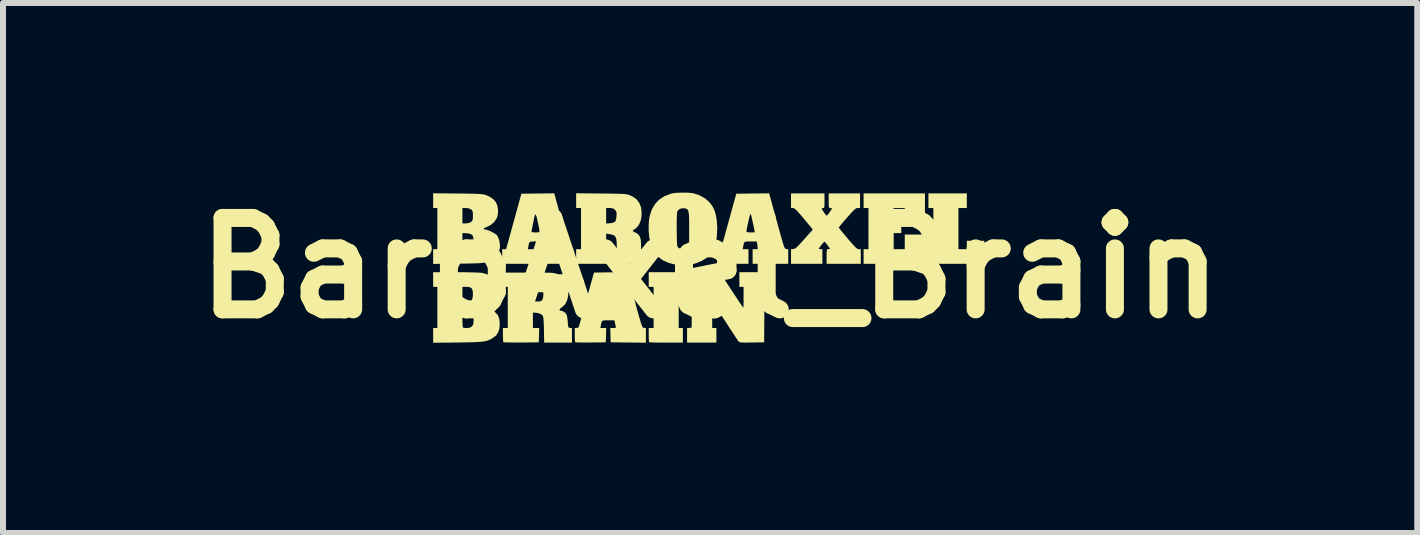
<source format=kicad_pcb>
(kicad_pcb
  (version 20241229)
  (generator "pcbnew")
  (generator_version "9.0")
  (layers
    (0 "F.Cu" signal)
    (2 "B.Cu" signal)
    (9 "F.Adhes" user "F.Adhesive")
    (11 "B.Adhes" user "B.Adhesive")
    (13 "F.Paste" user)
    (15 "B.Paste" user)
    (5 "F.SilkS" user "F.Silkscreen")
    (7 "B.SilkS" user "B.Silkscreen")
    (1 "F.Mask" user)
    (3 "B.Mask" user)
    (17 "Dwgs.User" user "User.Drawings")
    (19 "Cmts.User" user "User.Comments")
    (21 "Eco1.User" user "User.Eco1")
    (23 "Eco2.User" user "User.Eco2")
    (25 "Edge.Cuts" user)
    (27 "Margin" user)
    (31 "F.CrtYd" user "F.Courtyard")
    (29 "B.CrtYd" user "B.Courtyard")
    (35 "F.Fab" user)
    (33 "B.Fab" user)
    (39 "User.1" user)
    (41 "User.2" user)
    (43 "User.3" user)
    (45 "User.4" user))
  (footprint "BaroAxel_Brain"
    (layer "F.Cu")
    (at 8.788 1.418)
    (property "Reference" "BaroAxel_Brain" (at 0 0 0) (layer "F.SilkS") (effects (font (size 1.524 1.524) (thickness 0.3))))
    (attr board_only exclude_from_pos_files exclude_from_bom)
    (fp_poly (pts (xy 4.28 -1) (xy 4.14 -1) (xy 4.14 -0.314) (xy 4.28 -0.314) (xy 4.28 -0.454) (xy 4.571 -0.454) (xy 4.571 -0.07) (xy 3.64 -0.07) (xy 3.64 -0.314) (xy 3.722 -0.314) (xy 3.722 -1) (xy 3.64 -1) (xy 3.64 -1.244) (xy 4.28 -1.244)) (stroke (width 0) (type solid)) (fill yes) (layer "F.SilkS"))
    (fp_poly (pts (xy 3.582 -0.791) (xy 3.245 -0.791) (xy 3.245 -1) (xy 3.059 -1) (xy 3.059 -0.756) (xy 3.187 -0.756) (xy 3.187 -0.582) (xy 3.059 -0.582) (xy 3.059 -0.314) (xy 3.245 -0.314) (xy 3.245 -0.558) (xy 3.582 -0.558) (xy 3.582 -0.07) (xy 2.559 -0.07) (xy 2.559 -0.314) (xy 2.64 -0.314) (xy 2.64 -1) (xy 2.559 -1) (xy 2.559 -1.244) (xy 3.582 -1.244)) (stroke (width 0) (type solid)) (fill yes) (layer "F.SilkS"))
    (fp_poly (pts (xy -0.454 0.314) (xy -0.523 0.314) (xy -0.523 1) (xy -0.454 1) (xy -0.454 1.244) (xy -0.731 1.244) (xy -0.809 1.244) (xy -0.879 1.243) (xy -0.938 1.242) (xy -0.983 1.24) (xy -1.009 1.238) (xy -1.016 1.237) (xy -1.019 1.222) (xy -1.022 1.19) (xy -1.023 1.146) (xy -1.023 1.115) (xy -1.023 1) (xy -0.942 1) (xy -0.942 0.314) (xy -1.023 0.314) (xy -1.023 0.07) (xy -0.454 0.07)) (stroke (width 0) (type solid)) (fill yes) (layer "F.SilkS"))
    (fp_poly (pts (xy 0.355 0.366) (xy 0.403 0.44) (xy 0.448 0.507) (xy 0.486 0.565) (xy 0.518 0.612) (xy 0.54 0.645) (xy 0.552 0.661) (xy 0.554 0.663) (xy 0.555 0.652) (xy 0.557 0.622) (xy 0.558 0.576) (xy 0.558 0.52) (xy 0.558 0.488) (xy 0.558 0.314) (xy 0.488 0.314) (xy 0.488 0.07) (xy 0.977 0.07) (xy 0.977 0.314) (xy 0.907 0.314) (xy 0.901 1.239) (xy 0.697 1.242) (xy 0.623 1.243) (xy 0.568 1.243) (xy 0.53 1.242) (xy 0.504 1.239) (xy 0.488 1.234) (xy 0.478 1.228) (xy 0.475 1.224) (xy 0.464 1.21) (xy 0.443 1.178) (xy 0.412 1.132) (xy 0.374 1.074) (xy 0.33 1.007) (xy 0.282 0.933) (xy 0.262 0.901) (xy 0.213 0.826) (xy 0.167 0.756) (xy 0.127 0.694) (xy 0.094 0.644) (xy 0.069 0.607) (xy 0.054 0.585) (xy 0.051 0.582) (xy 0.045 0.579) (xy 0.041 0.585) (xy 0.038 0.603) (xy 0.036 0.636) (xy 0.035 0.685) (xy 0.035 0.755) (xy 0.035 0.783) (xy 0.035 1) (xy 0.105 1) (xy 0.105 1.244) (xy -0.384 1.244) (xy -0.384 1.002) (xy -0.346 0.998) (xy -0.308 0.994) (xy -0.305 0.654) (xy -0.302 0.314) (xy -0.384 0.314) (xy -0.384 0.07) (xy 0.16 0.07)) (stroke (width 0) (type solid)) (fill yes) (layer "F.SilkS"))
    (fp_poly (pts (xy -2.471 -0.782) (xy -2.439 -0.668) (xy -2.414 -0.575) (xy -2.392 -0.5) (xy -2.375 -0.441) (xy -2.362 -0.397) (xy -2.351 -0.364) (xy -2.342 -0.342) (xy -2.334 -0.329) (xy -2.327 -0.321) (xy -2.32 -0.318) (xy -2.312 -0.316) (xy -2.311 -0.316) (xy -2.279 -0.312) (xy -2.279 -0.07) (xy -2.873 -0.07) (xy -2.873 -0.314) (xy -2.826 -0.314) (xy -2.797 -0.315) (xy -2.781 -0.318) (xy -2.78 -0.319) (xy -2.782 -0.333) (xy -2.788 -0.361) (xy -2.792 -0.383) (xy -2.805 -0.442) (xy -2.908 -0.442) (xy -2.958 -0.442) (xy -2.99 -0.439) (xy -3.009 -0.43) (xy -3.019 -0.412) (xy -3.026 -0.381) (xy -3.03 -0.358) (xy -3.038 -0.314) (xy -2.942 -0.314) (xy -2.942 -0.07) (xy -3.466 -0.07) (xy -3.466 -0.314) (xy -3.401 -0.314) (xy -3.321 -0.603) (xy -2.977 -0.603) (xy -2.967 -0.598) (xy -2.939 -0.594) (xy -2.906 -0.593) (xy -2.867 -0.594) (xy -2.847 -0.597) (xy -2.84 -0.604) (xy -2.841 -0.618) (xy -2.841 -0.619) (xy -2.846 -0.641) (xy -2.854 -0.68) (xy -2.865 -0.729) (xy -2.873 -0.77) (xy -2.887 -0.833) (xy -2.899 -0.873) (xy -2.909 -0.892) (xy -2.917 -0.891) (xy -2.925 -0.869) (xy -2.932 -0.839) (xy -2.94 -0.797) (xy -2.95 -0.748) (xy -2.96 -0.699) (xy -2.968 -0.655) (xy -2.975 -0.621) (xy -2.977 -0.604) (xy -2.977 -0.603) (xy -3.321 -0.603) (xy -3.146 -1.239) (xy -2.872 -1.242) (xy -2.598 -1.245)) (stroke (width 0) (type solid)) (fill yes) (layer "F.SilkS"))
    (fp_poly (pts (xy -1.817 -1.242) (xy -1.708 -1.241) (xy -1.619 -1.24) (xy -1.548 -1.238) (xy -1.492 -1.237) (xy -1.449 -1.235) (xy -1.416 -1.232) (xy -1.391 -1.228) (xy -1.37 -1.224) (xy -1.352 -1.218) (xy -1.333 -1.211) (xy -1.333 -1.211) (xy -1.287 -1.188) (xy -1.242 -1.158) (xy -1.22 -1.139) (xy -1.181 -1.085) (xy -1.154 -1.019) (xy -1.142 -0.947) (xy -1.142 -0.872) (xy -1.154 -0.8) (xy -1.179 -0.735) (xy -1.216 -0.681) (xy -1.258 -0.648) (xy -1.28 -0.633) (xy -1.291 -0.62) (xy -1.291 -0.62) (xy -1.281 -0.61) (xy -1.257 -0.597) (xy -1.245 -0.591) (xy -1.202 -0.566) (xy -1.174 -0.531) (xy -1.157 -0.481) (xy -1.151 -0.414) (xy -1.151 -0.404) (xy -1.151 -0.314) (xy -1.082 -0.314) (xy -1.082 -0.07) (xy -1.317 -0.07) (xy -1.553 -0.07) (xy -1.554 -0.278) (xy -1.555 -0.363) (xy -1.558 -0.429) (xy -1.563 -0.477) (xy -1.573 -0.511) (xy -1.587 -0.534) (xy -1.609 -0.548) (xy -1.638 -0.557) (xy -1.677 -0.564) (xy -1.678 -0.564) (xy -1.733 -0.573) (xy -1.733 -0.314) (xy -1.64 -0.314) (xy -1.64 -0.07) (xy -2.233 -0.07) (xy -2.233 -0.314) (xy -2.152 -0.314) (xy -2.152 -0.741) (xy -1.733 -0.741) (xy -1.668 -0.747) (xy -1.624 -0.754) (xy -1.592 -0.766) (xy -1.585 -0.771) (xy -1.571 -0.799) (xy -1.562 -0.847) (xy -1.561 -0.866) (xy -1.559 -0.908) (xy -1.562 -0.934) (xy -1.571 -0.953) (xy -1.586 -0.97) (xy -1.61 -0.99) (xy -1.639 -0.998) (xy -1.674 -1) (xy -1.733 -1) (xy -1.733 -0.741) (xy -2.152 -0.741) (xy -2.152 -1) (xy -2.233 -1) (xy -2.233 -1.246)) (stroke (width 0) (type solid)) (fill yes) (layer "F.SilkS"))
    (fp_poly (pts (xy -0.387 -1.256) (xy -0.324 -1.252) (xy -0.275 -1.245) (xy -0.274 -1.244) (xy -0.178 -1.213) (xy -0.09 -1.165) (xy -0.018 -1.104) (xy -0.014 -1.099) (xy 0.036 -1.035) (xy 0.073 -0.962) (xy 0.098 -0.877) (xy 0.113 -0.778) (xy 0.119 -0.661) (xy 0.119 -0.657) (xy 0.112 -0.525) (xy 0.092 -0.411) (xy 0.056 -0.313) (xy 0.005 -0.232) (xy -0.063 -0.166) (xy -0.147 -0.114) (xy -0.243 -0.077) (xy -0.297 -0.065) (xy -0.366 -0.057) (xy -0.44 -0.052) (xy -0.511 -0.052) (xy -0.571 -0.056) (xy -0.577 -0.057) (xy -0.687 -0.084) (xy -0.784 -0.127) (xy -0.865 -0.185) (xy -0.93 -0.256) (xy -0.949 -0.285) (xy -0.977 -0.349) (xy -0.999 -0.429) (xy -1.015 -0.521) (xy -1.024 -0.619) (xy -1.024 -0.716) (xy -1.024 -0.721) (xy -0.557 -0.721) (xy -0.556 -0.635) (xy -0.555 -0.548) (xy -0.554 -0.481) (xy -0.552 -0.431) (xy -0.55 -0.396) (xy -0.547 -0.372) (xy -0.542 -0.357) (xy -0.536 -0.347) (xy -0.529 -0.339) (xy -0.525 -0.336) (xy -0.485 -0.317) (xy -0.439 -0.315) (xy -0.396 -0.329) (xy -0.377 -0.343) (xy -0.349 -0.371) (xy -0.349 -0.654) (xy -0.349 -0.75) (xy -0.35 -0.825) (xy -0.352 -0.882) (xy -0.357 -0.924) (xy -0.364 -0.953) (xy -0.374 -0.972) (xy -0.388 -0.984) (xy -0.406 -0.991) (xy -0.425 -0.995) (xy -0.474 -0.996) (xy -0.515 -0.979) (xy -0.543 -0.949) (xy -0.546 -0.943) (xy -0.551 -0.919) (xy -0.554 -0.875) (xy -0.556 -0.809) (xy -0.557 -0.721) (xy -1.024 -0.721) (xy -1.017 -0.809) (xy -1.006 -0.87) (xy -0.971 -0.976) (xy -0.919 -1.065) (xy -0.851 -1.138) (xy -0.766 -1.195) (xy -0.665 -1.235) (xy -0.635 -1.244) (xy -0.588 -1.251) (xy -0.527 -1.255) (xy -0.457 -1.257)) (stroke (width 0) (type solid)) (fill yes) (layer "F.SilkS"))
    (fp_poly (pts (xy 1.112 -0.782) (xy 1.143 -0.668) (xy 1.169 -0.575) (xy 1.19 -0.5) (xy 1.207 -0.441) (xy 1.22 -0.397) (xy 1.231 -0.364) (xy 1.24 -0.342) (xy 1.248 -0.329) (xy 1.255 -0.321) (xy 1.262 -0.318) (xy 1.27 -0.316) (xy 1.271 -0.316) (xy 1.303 -0.312) (xy 1.303 -0.07) (xy 0.709 -0.07) (xy 0.709 -0.314) (xy 0.756 -0.314) (xy 0.785 -0.315) (xy 0.801 -0.318) (xy 0.802 -0.319) (xy 0.8 -0.333) (xy 0.795 -0.361) (xy 0.79 -0.383) (xy 0.777 -0.442) (xy 0.674 -0.442) (xy 0.624 -0.442) (xy 0.592 -0.439) (xy 0.573 -0.43) (xy 0.563 -0.412) (xy 0.556 -0.381) (xy 0.552 -0.358) (xy 0.544 -0.314) (xy 0.64 -0.314) (xy 0.64 -0.07) (xy 0.115 -0.07) (xy 0.119 -0.189) (xy 0.121 -0.243) (xy 0.124 -0.277) (xy 0.128 -0.297) (xy 0.135 -0.307) (xy 0.146 -0.311) (xy 0.153 -0.312) (xy 0.16 -0.313) (xy 0.167 -0.317) (xy 0.174 -0.326) (xy 0.182 -0.342) (xy 0.192 -0.366) (xy 0.203 -0.401) (xy 0.218 -0.449) (xy 0.236 -0.512) (xy 0.258 -0.591) (xy 0.263 -0.608) (xy 0.605 -0.608) (xy 0.614 -0.599) (xy 0.644 -0.594) (xy 0.675 -0.593) (xy 0.711 -0.594) (xy 0.737 -0.595) (xy 0.744 -0.597) (xy 0.742 -0.613) (xy 0.736 -0.646) (xy 0.727 -0.689) (xy 0.716 -0.739) (xy 0.705 -0.789) (xy 0.695 -0.835) (xy 0.687 -0.87) (xy 0.681 -0.891) (xy 0.68 -0.894) (xy 0.668 -0.893) (xy 0.667 -0.892) (xy 0.663 -0.879) (xy 0.655 -0.848) (xy 0.645 -0.806) (xy 0.634 -0.757) (xy 0.623 -0.707) (xy 0.614 -0.662) (xy 0.608 -0.627) (xy 0.605 -0.608) (xy 0.263 -0.608) (xy 0.285 -0.689) (xy 0.309 -0.777) (xy 0.437 -1.239) (xy 0.711 -1.242) (xy 0.984 -1.245)) (stroke (width 0) (type solid)) (fill yes) (layer "F.SilkS"))
    (fp_poly (pts (xy -3.03 0.076) (xy -2.92 0.076) (xy -2.83 0.076) (xy -2.759 0.077) (xy -2.703 0.078) (xy -2.66 0.079) (xy -2.627 0.082) (xy -2.602 0.085) (xy -2.582 0.089) (xy -2.565 0.095) (xy -2.547 0.102) (xy -2.547 0.102) (xy -2.476 0.139) (xy -2.423 0.188) (xy -2.387 0.251) (xy -2.368 0.329) (xy -2.364 0.372) (xy -2.366 0.466) (xy -2.385 0.545) (xy -2.42 0.609) (xy -2.472 0.656) (xy -2.474 0.657) (xy -2.5 0.678) (xy -2.511 0.696) (xy -2.506 0.708) (xy -2.495 0.709) (xy -2.458 0.719) (xy -2.421 0.742) (xy -2.399 0.766) (xy -2.385 0.802) (xy -2.376 0.861) (xy -2.373 0.896) (xy -2.37 0.943) (xy -2.366 0.973) (xy -2.36 0.989) (xy -2.35 0.995) (xy -2.335 0.998) (xy -2.303 1.002) (xy -2.303 1.244) (xy -2.766 1.244) (xy -2.77 1.032) (xy -2.772 0.95) (xy -2.775 0.889) (xy -2.778 0.845) (xy -2.783 0.815) (xy -2.79 0.797) (xy -2.791 0.794) (xy -2.818 0.77) (xy -2.861 0.753) (xy -2.911 0.745) (xy -2.922 0.744) (xy -2.954 0.744) (xy -2.954 1) (xy -2.849 1) (xy -2.852 1.119) (xy -2.855 1.239) (xy -3.147 1.242) (xy -3.227 1.242) (xy -3.299 1.242) (xy -3.36 1.241) (xy -3.408 1.24) (xy -3.437 1.239) (xy -3.446 1.237) (xy -3.45 1.223) (xy -3.452 1.19) (xy -3.454 1.146) (xy -3.454 1.115) (xy -3.454 1) (xy -3.373 1) (xy -3.373 0.315) (xy -3.388 0.314) (xy -2.954 0.314) (xy -2.954 0.558) (xy -2.885 0.558) (xy -2.844 0.557) (xy -2.819 0.551) (xy -2.803 0.539) (xy -2.798 0.532) (xy -2.786 0.502) (xy -2.78 0.459) (xy -2.781 0.413) (xy -2.787 0.372) (xy -2.793 0.357) (xy -2.808 0.334) (xy -2.827 0.321) (xy -2.858 0.315) (xy -2.893 0.314) (xy -2.954 0.314) (xy -3.388 0.314) (xy -3.411 0.312) (xy -3.448 0.308) (xy -3.448 0.076)) (stroke (width 0) (type solid)) (fill yes) (layer "F.SilkS"))
    (fp_poly (pts (xy -4.207 -1.242) (xy -4.096 -1.241) (xy -4.006 -1.239) (xy -3.933 -1.238) (xy -3.876 -1.236) (xy -3.833 -1.233) (xy -3.799 -1.23) (xy -3.773 -1.226) (xy -3.753 -1.221) (xy -3.739 -1.217) (xy -3.666 -1.184) (xy -3.61 -1.143) (xy -3.573 -1.1) (xy -3.55 -1.05) (xy -3.537 -0.988) (xy -3.535 -0.923) (xy -3.545 -0.862) (xy -3.557 -0.83) (xy -3.6 -0.766) (xy -3.658 -0.716) (xy -3.733 -0.679) (xy -3.76 -0.67) (xy -3.774 -0.659) (xy -3.77 -0.648) (xy -3.75 -0.64) (xy -3.741 -0.64) (xy -3.71 -0.633) (xy -3.669 -0.617) (xy -3.624 -0.594) (xy -3.583 -0.57) (xy -3.554 -0.547) (xy -3.55 -0.542) (xy -3.527 -0.499) (xy -3.511 -0.443) (xy -3.503 -0.382) (xy -3.504 -0.337) (xy -3.523 -0.26) (xy -3.56 -0.197) (xy -3.615 -0.15) (xy -3.644 -0.132) (xy -3.671 -0.117) (xy -3.699 -0.105) (xy -3.73 -0.096) (xy -3.767 -0.089) (xy -3.812 -0.083) (xy -3.868 -0.079) (xy -3.938 -0.077) (xy -4.025 -0.075) (xy -4.13 -0.073) (xy -4.201 -0.073) (xy -4.617 -0.068) (xy -4.617 -0.314) (xy -4.547 -0.314) (xy -4.547 -0.584) (xy -4.129 -0.584) (xy -4.129 -0.314) (xy -4.066 -0.314) (xy -4.018 -0.318) (xy -3.983 -0.331) (xy -3.973 -0.338) (xy -3.957 -0.353) (xy -3.948 -0.371) (xy -3.943 -0.398) (xy -3.943 -0.441) (xy -3.943 -0.441) (xy -3.946 -0.499) (xy -3.957 -0.538) (xy -3.979 -0.561) (xy -4.016 -0.574) (xy -4.057 -0.579) (xy -4.129 -0.584) (xy -4.547 -0.584) (xy -4.547 -0.744) (xy -4.129 -0.744) (xy -4.072 -0.744) (xy -4.021 -0.75) (xy -3.985 -0.768) (xy -3.968 -0.784) (xy -3.959 -0.801) (xy -3.955 -0.828) (xy -3.954 -0.871) (xy -3.954 -0.872) (xy -3.955 -0.916) (xy -3.959 -0.943) (xy -3.968 -0.961) (xy -3.984 -0.976) (xy -3.985 -0.976) (xy -4.022 -0.995) (xy -4.072 -1) (xy -4.129 -1) (xy -4.129 -0.744) (xy -4.547 -0.744) (xy -4.547 -1) (xy -4.617 -1) (xy -4.617 -1.246)) (stroke (width 0) (type solid)) (fill yes) (layer "F.SilkS"))
    (fp_poly (pts (xy -1.32 0.317) (xy -1.281 0.457) (xy -1.248 0.576) (xy -1.221 0.677) (xy -1.198 0.759) (xy -1.179 0.827) (xy -1.163 0.88) (xy -1.151 0.92) (xy -1.141 0.95) (xy -1.132 0.971) (xy -1.126 0.985) (xy -1.12 0.992) (xy -1.114 0.996) (xy -1.108 0.997) (xy -1.101 0.998) (xy -1.101 0.998) (xy -1.07 1.002) (xy -1.07 1.245) (xy -1.364 1.242) (xy -1.657 1.239) (xy -1.661 1.119) (xy -1.664 1) (xy -1.617 1) (xy -1.588 0.999) (xy -1.571 0.996) (xy -1.57 0.995) (xy -1.572 0.982) (xy -1.578 0.953) (xy -1.583 0.931) (xy -1.595 0.872) (xy -1.698 0.872) (xy -1.749 0.872) (xy -1.781 0.875) (xy -1.799 0.884) (xy -1.81 0.902) (xy -1.817 0.933) (xy -1.821 0.957) (xy -1.829 1) (xy -1.732 1) (xy -1.735 1.119) (xy -1.739 1.239) (xy -1.989 1.242) (xy -2.064 1.242) (xy -2.13 1.242) (xy -2.185 1.241) (xy -2.224 1.24) (xy -2.246 1.238) (xy -2.248 1.237) (xy -2.252 1.223) (xy -2.254 1.19) (xy -2.256 1.146) (xy -2.256 1.115) (xy -2.256 1) (xy -2.227 1) (xy -2.2 0.993) (xy -2.189 0.98) (xy -2.184 0.964) (xy -2.174 0.929) (xy -2.159 0.876) (xy -2.14 0.809) (xy -2.117 0.729) (xy -2.109 0.699) (xy -1.768 0.699) (xy -1.757 0.704) (xy -1.73 0.708) (xy -1.697 0.709) (xy -1.658 0.709) (xy -1.637 0.706) (xy -1.63 0.699) (xy -1.631 0.685) (xy -1.632 0.683) (xy -1.637 0.661) (xy -1.645 0.623) (xy -1.655 0.573) (xy -1.664 0.532) (xy -1.675 0.482) (xy -1.686 0.441) (xy -1.694 0.415) (xy -1.699 0.407) (xy -1.706 0.417) (xy -1.715 0.444) (xy -1.721 0.474) (xy -1.732 0.524) (xy -1.744 0.581) (xy -1.751 0.614) (xy -1.76 0.654) (xy -1.766 0.684) (xy -1.768 0.699) (xy -2.109 0.699) (xy -2.092 0.64) (xy -2.066 0.543) (xy -2.059 0.518) (xy -1.936 0.076) (xy -1.662 0.072) (xy -1.388 0.069)) (stroke (width 0) (type solid)) (fill yes) (layer "F.SilkS"))
    (fp_poly (pts (xy -4.144 0.07) (xy -4.051 0.071) (xy -3.967 0.073) (xy -3.896 0.075) (xy -3.841 0.078) (xy -3.804 0.081) (xy -3.798 0.082) (xy -3.716 0.105) (xy -3.645 0.142) (xy -3.59 0.19) (xy -3.577 0.207) (xy -3.55 0.262) (xy -3.537 0.329) (xy -3.536 0.4) (xy -3.55 0.466) (xy -3.553 0.471) (xy -3.581 0.521) (xy -3.626 0.569) (xy -3.678 0.608) (xy -3.73 0.631) (xy -3.76 0.641) (xy -3.778 0.65) (xy -3.78 0.653) (xy -3.77 0.66) (xy -3.743 0.671) (xy -3.713 0.681) (xy -3.635 0.708) (xy -3.578 0.742) (xy -3.539 0.785) (xy -3.517 0.84) (xy -3.507 0.909) (xy -3.507 0.93) (xy -3.513 1.011) (xy -3.534 1.075) (xy -3.57 1.126) (xy -3.615 1.161) (xy -3.645 1.18) (xy -3.674 1.195) (xy -3.703 1.208) (xy -3.736 1.217) (xy -3.775 1.225) (xy -3.823 1.23) (xy -3.882 1.234) (xy -3.956 1.237) (xy -4.047 1.239) (xy -4.157 1.241) (xy -4.207 1.242) (xy -4.617 1.246) (xy -4.617 1) (xy -4.547 1) (xy -4.547 0.859) (xy -4.129 0.859) (xy -4.128 0.911) (xy -4.126 0.954) (xy -4.123 0.983) (xy -4.121 0.992) (xy -4.106 0.997) (xy -4.075 1) (xy -4.056 1) (xy -4.016 0.997) (xy -3.987 0.985) (xy -3.971 0.972) (xy -3.955 0.952) (xy -3.947 0.93) (xy -3.943 0.897) (xy -3.943 0.866) (xy -3.944 0.822) (xy -3.949 0.794) (xy -3.96 0.774) (xy -3.971 0.761) (xy -3.993 0.744) (xy -4.02 0.735) (xy -4.06 0.733) (xy -4.064 0.733) (xy -4.129 0.733) (xy -4.129 0.859) (xy -4.547 0.859) (xy -4.547 0.558) (xy -4.129 0.558) (xy -4.06 0.558) (xy -4.018 0.557) (xy -3.994 0.551) (xy -3.978 0.539) (xy -3.972 0.532) (xy -3.96 0.499) (xy -3.954 0.447) (xy -3.954 0.434) (xy -3.958 0.379) (xy -3.971 0.343) (xy -3.997 0.323) (xy -4.039 0.315) (xy -4.065 0.314) (xy -4.129 0.314) (xy -4.129 0.558) (xy -4.547 0.558) (xy -4.547 0.314) (xy -4.617 0.314) (xy -4.617 0.07) (xy -4.243 0.07)) (stroke (width 0) (type solid)) (fill yes) (layer "F.SilkS"))
    (fp_poly (pts (xy 1.907 -1.122) (xy 1.907 -1.068) (xy 1.906 -1.032) (xy 1.902 -1.012) (xy 1.896 -1.003) (xy 1.887 -1) (xy 1.884 -1) (xy 1.865 -0.997) (xy 1.861 -0.992) (xy 1.867 -0.977) (xy 1.882 -0.951) (xy 1.902 -0.921) (xy 1.922 -0.894) (xy 1.938 -0.876) (xy 1.943 -0.872) (xy 1.954 -0.881) (xy 1.974 -0.904) (xy 1.994 -0.933) (xy 2.036 -0.994) (xy 2.006 -0.998) (xy 1.993 -1) (xy 1.985 -1.006) (xy 1.98 -1.02) (xy 1.978 -1.047) (xy 1.977 -1.089) (xy 1.977 -1.123) (xy 1.977 -1.244) (xy 2.5 -1.244) (xy 2.5 -1) (xy 2.462 -1) (xy 2.447 -0.999) (xy 2.432 -0.993) (xy 2.414 -0.98) (xy 2.39 -0.958) (xy 2.358 -0.924) (xy 2.315 -0.876) (xy 2.285 -0.842) (xy 2.24 -0.791) (xy 2.202 -0.746) (xy 2.172 -0.709) (xy 2.152 -0.684) (xy 2.146 -0.674) (xy 2.153 -0.663) (xy 2.173 -0.637) (xy 2.204 -0.599) (xy 2.243 -0.552) (xy 2.288 -0.498) (xy 2.295 -0.489) (xy 2.348 -0.428) (xy 2.388 -0.383) (xy 2.418 -0.351) (xy 2.441 -0.331) (xy 2.458 -0.319) (xy 2.472 -0.314) (xy 2.479 -0.314) (xy 2.512 -0.314) (xy 2.512 -0.07) (xy 1.942 -0.07) (xy 1.942 -0.191) (xy 1.942 -0.245) (xy 1.944 -0.28) (xy 1.947 -0.301) (xy 1.953 -0.311) (xy 1.963 -0.315) (xy 1.971 -0.316) (xy 2.001 -0.32) (xy 1.959 -0.378) (xy 1.936 -0.409) (xy 1.917 -0.432) (xy 1.908 -0.44) (xy 1.898 -0.433) (xy 1.879 -0.413) (xy 1.856 -0.385) (xy 1.835 -0.357) (xy 1.819 -0.333) (xy 1.814 -0.321) (xy 1.824 -0.316) (xy 1.843 -0.314) (xy 1.872 -0.314) (xy 1.872 -0.07) (xy 1.349 -0.07) (xy 1.349 -0.313) (xy 1.388 -0.316) (xy 1.403 -0.32) (xy 1.421 -0.328) (xy 1.442 -0.345) (xy 1.47 -0.372) (xy 1.507 -0.411) (xy 1.556 -0.465) (xy 1.569 -0.48) (xy 1.712 -0.64) (xy 1.69 -0.668) (xy 1.676 -0.686) (xy 1.649 -0.718) (xy 1.614 -0.761) (xy 1.572 -0.811) (xy 1.541 -0.848) (xy 1.492 -0.905) (xy 1.455 -0.946) (xy 1.428 -0.974) (xy 1.407 -0.99) (xy 1.391 -0.998) (xy 1.381 -1) (xy 1.349 -1) (xy 1.349 -1.244) (xy 1.907 -1.244)) (stroke (width 0) (type solid)) (fill yes) (layer "F.SilkS")))
  (gr_rect
    (start -3 -3)
    (end 20.577 5.836)
    (stroke (width 0.1) (type default))
    (fill no)
    (layer "Edge.Cuts")))
</source>
